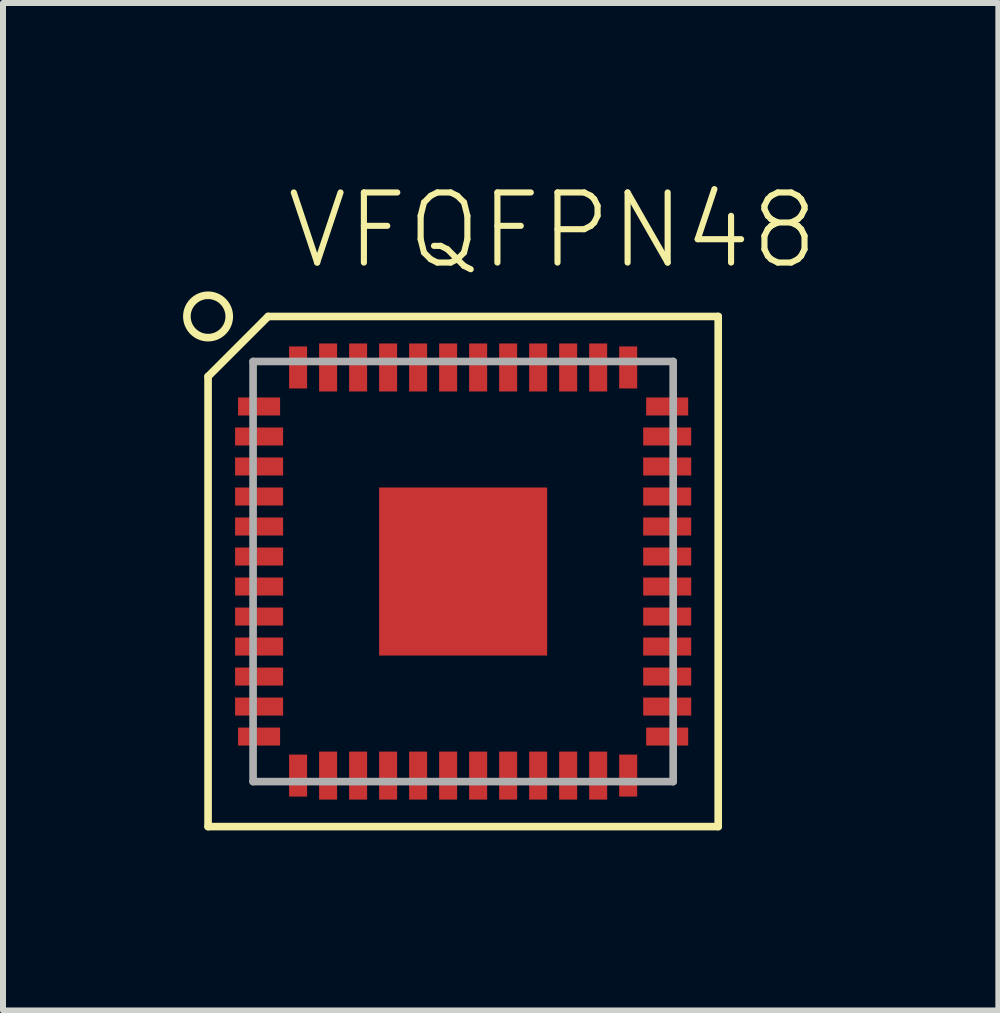
<source format=kicad_pcb>
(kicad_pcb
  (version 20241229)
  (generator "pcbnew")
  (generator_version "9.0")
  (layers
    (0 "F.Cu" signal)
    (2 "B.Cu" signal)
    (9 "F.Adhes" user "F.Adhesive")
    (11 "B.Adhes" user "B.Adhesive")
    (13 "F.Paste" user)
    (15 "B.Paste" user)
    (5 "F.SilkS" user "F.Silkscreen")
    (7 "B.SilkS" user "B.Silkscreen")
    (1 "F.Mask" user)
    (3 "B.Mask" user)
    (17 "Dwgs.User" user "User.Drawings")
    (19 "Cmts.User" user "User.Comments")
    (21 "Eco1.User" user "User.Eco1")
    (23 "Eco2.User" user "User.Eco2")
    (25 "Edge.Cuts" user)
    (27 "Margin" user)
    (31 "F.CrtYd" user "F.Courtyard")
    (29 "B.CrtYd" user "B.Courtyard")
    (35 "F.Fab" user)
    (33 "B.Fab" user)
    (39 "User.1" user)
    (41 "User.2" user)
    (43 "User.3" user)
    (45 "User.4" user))
  (footprint "VFQFPN48"
    (layer "F.Cu")
    (at 4.667 6.473)
    (property "Reference" "VFQFPN48" (at -3 -5 0) (unlocked yes) (layer "F.SilkS") (effects (font (size 1.168 1.168) (thickness 0.102)) (justify left bottom)))
    (fp_poly (pts (xy -3.85 -2.05) (xy -2.95 -2.05) (xy -2.95 -2.45) (xy -3.85 -2.45)) (stroke (width 0) (type default)) (fill yes) (layer "F.Mask"))
    (fp_poly (pts (xy -3.85 -1.55) (xy -2.95 -1.55) (xy -2.95 -1.95) (xy -3.85 -1.95)) (stroke (width 0) (type default)) (fill yes) (layer "F.Mask"))
    (fp_poly (pts (xy -3.85 -1.05) (xy -2.95 -1.05) (xy -2.95 -1.45) (xy -3.85 -1.45)) (stroke (width 0) (type default)) (fill yes) (layer "F.Mask"))
    (fp_poly (pts (xy -3.85 -0.55) (xy -2.95 -0.55) (xy -2.95 -0.95) (xy -3.85 -0.95)) (stroke (width 0) (type default)) (fill yes) (layer "F.Mask"))
    (fp_poly (pts (xy -3.85 -0.05) (xy -2.95 -0.05) (xy -2.95 -0.45) (xy -3.85 -0.45)) (stroke (width 0) (type default)) (fill yes) (layer "F.Mask"))
    (fp_poly (pts (xy -3.85 0.45) (xy -2.95 0.45) (xy -2.95 0.05) (xy -3.85 0.05)) (stroke (width 0) (type default)) (fill yes) (layer "F.Mask"))
    (fp_poly (pts (xy -3.85 0.95) (xy -2.95 0.95) (xy -2.95 0.55) (xy -3.85 0.55)) (stroke (width 0) (type default)) (fill yes) (layer "F.Mask"))
    (fp_poly (pts (xy -3.85 1.45) (xy -2.95 1.45) (xy -2.95 1.05) (xy -3.85 1.05)) (stroke (width 0) (type default)) (fill yes) (layer "F.Mask"))
    (fp_poly (pts (xy -3.85 1.95) (xy -2.95 1.95) (xy -2.95 1.55) (xy -3.85 1.55)) (stroke (width 0) (type default)) (fill yes) (layer "F.Mask"))
    (fp_poly (pts (xy -3.85 2.45) (xy -2.95 2.45) (xy -2.95 2.05) (xy -3.85 2.05)) (stroke (width 0) (type default)) (fill yes) (layer "F.Mask"))
    (fp_poly (pts (xy -3 -2.55) (xy -3 -2.95) (xy -3.8 -2.95) (xy -3.8 -2.55)) (stroke (width 0) (type default)) (fill yes) (layer "F.Mask"))
    (fp_poly (pts (xy -3 2.95) (xy -3 2.55) (xy -3.8 2.55) (xy -3.8 2.95)) (stroke (width 0) (type default)) (fill yes) (layer "F.Mask"))
    (fp_poly (pts (xy -2.95 -3) (xy -2.55 -3) (xy -2.55 -3.8) (xy -2.95 -3.8)) (stroke (width 0) (type default)) (fill yes) (layer "F.Mask"))
    (fp_poly (pts (xy -2.95 3.8) (xy -2.55 3.8) (xy -2.55 3) (xy -2.95 3)) (stroke (width 0) (type default)) (fill yes) (layer "F.Mask"))
    (fp_poly (pts (xy -2.05 -2.95) (xy -2.05 -3.85) (xy -2.45 -3.85) (xy -2.45 -2.95)) (stroke (width 0) (type default)) (fill yes) (layer "F.Mask"))
    (fp_poly (pts (xy -2.05 3.85) (xy -2.05 2.95) (xy -2.45 2.95) (xy -2.45 3.85)) (stroke (width 0) (type default)) (fill yes) (layer "F.Mask"))
    (fp_poly (pts (xy -1.55 -2.95) (xy -1.55 -3.85) (xy -1.95 -3.85) (xy -1.95 -2.95)) (stroke (width 0) (type default)) (fill yes) (layer "F.Mask"))
    (fp_poly (pts (xy -1.55 3.85) (xy -1.55 2.95) (xy -1.95 2.95) (xy -1.95 3.85)) (stroke (width 0) (type default)) (fill yes) (layer "F.Mask"))
    (fp_poly (pts (xy -1.5 1.5) (xy 1.5 1.5) (xy 1.5 -1.5) (xy -1.5 -1.5)) (stroke (width 0) (type default)) (fill yes) (layer "F.Mask"))
    (fp_poly (pts (xy -1.05 -2.95) (xy -1.05 -3.85) (xy -1.45 -3.85) (xy -1.45 -2.95)) (stroke (width 0) (type default)) (fill yes) (layer "F.Mask"))
    (fp_poly (pts (xy -1.05 3.85) (xy -1.05 2.95) (xy -1.45 2.95) (xy -1.45 3.85)) (stroke (width 0) (type default)) (fill yes) (layer "F.Mask"))
    (fp_poly (pts (xy -0.55 -2.95) (xy -0.55 -3.85) (xy -0.95 -3.85) (xy -0.95 -2.95)) (stroke (width 0) (type default)) (fill yes) (layer "F.Mask"))
    (fp_poly (pts (xy -0.55 3.85) (xy -0.55 2.95) (xy -0.95 2.95) (xy -0.95 3.85)) (stroke (width 0) (type default)) (fill yes) (layer "F.Mask"))
    (fp_poly (pts (xy -0.05 -2.95) (xy -0.05 -3.85) (xy -0.45 -3.85) (xy -0.45 -2.95)) (stroke (width 0) (type default)) (fill yes) (layer "F.Mask"))
    (fp_poly (pts (xy -0.05 3.85) (xy -0.05 2.95) (xy -0.45 2.95) (xy -0.45 3.85)) (stroke (width 0) (type default)) (fill yes) (layer "F.Mask"))
    (fp_poly (pts (xy 0.45 -2.95) (xy 0.45 -3.85) (xy 0.05 -3.85) (xy 0.05 -2.95)) (stroke (width 0) (type default)) (fill yes) (layer "F.Mask"))
    (fp_poly (pts (xy 0.45 3.85) (xy 0.45 2.95) (xy 0.05 2.95) (xy 0.05 3.85)) (stroke (width 0) (type default)) (fill yes) (layer "F.Mask"))
    (fp_poly (pts (xy 0.95 -2.95) (xy 0.95 -3.85) (xy 0.55 -3.85) (xy 0.55 -2.95)) (stroke (width 0) (type default)) (fill yes) (layer "F.Mask"))
    (fp_poly (pts (xy 0.95 3.85) (xy 0.95 2.95) (xy 0.55 2.95) (xy 0.55 3.85)) (stroke (width 0) (type default)) (fill yes) (layer "F.Mask"))
    (fp_poly (pts (xy 1.45 -2.95) (xy 1.45 -3.85) (xy 1.05 -3.85) (xy 1.05 -2.95)) (stroke (width 0) (type default)) (fill yes) (layer "F.Mask"))
    (fp_poly (pts (xy 1.45 3.85) (xy 1.45 2.95) (xy 1.05 2.95) (xy 1.05 3.85)) (stroke (width 0) (type default)) (fill yes) (layer "F.Mask"))
    (fp_poly (pts (xy 1.95 -2.95) (xy 1.95 -3.85) (xy 1.55 -3.85) (xy 1.55 -2.95)) (stroke (width 0) (type default)) (fill yes) (layer "F.Mask"))
    (fp_poly (pts (xy 1.95 3.85) (xy 1.95 2.95) (xy 1.55 2.95) (xy 1.55 3.85)) (stroke (width 0) (type default)) (fill yes) (layer "F.Mask"))
    (fp_poly (pts (xy 2.45 -2.95) (xy 2.45 -3.85) (xy 2.05 -3.85) (xy 2.05 -2.95)) (stroke (width 0) (type default)) (fill yes) (layer "F.Mask"))
    (fp_poly (pts (xy 2.45 3.85) (xy 2.45 2.95) (xy 2.05 2.95) (xy 2.05 3.85)) (stroke (width 0) (type default)) (fill yes) (layer "F.Mask"))
    (fp_poly (pts (xy 2.55 -3) (xy 2.95 -3) (xy 2.95 -3.8) (xy 2.55 -3.8)) (stroke (width 0) (type default)) (fill yes) (layer "F.Mask"))
    (fp_poly (pts (xy 2.55 3.8) (xy 2.95 3.8) (xy 2.95 3) (xy 2.55 3)) (stroke (width 0) (type default)) (fill yes) (layer "F.Mask"))
    (fp_poly (pts (xy 2.95 -2.05) (xy 3.85 -2.05) (xy 3.85 -2.45) (xy 2.95 -2.45)) (stroke (width 0) (type default)) (fill yes) (layer "F.Mask"))
    (fp_poly (pts (xy 2.95 -1.55) (xy 3.85 -1.55) (xy 3.85 -1.95) (xy 2.95 -1.95)) (stroke (width 0) (type default)) (fill yes) (layer "F.Mask"))
    (fp_poly (pts (xy 2.95 -1.05) (xy 3.85 -1.05) (xy 3.85 -1.45) (xy 2.95 -1.45)) (stroke (width 0) (type default)) (fill yes) (layer "F.Mask"))
    (fp_poly (pts (xy 2.95 -0.55) (xy 3.85 -0.55) (xy 3.85 -0.95) (xy 2.95 -0.95)) (stroke (width 0) (type default)) (fill yes) (layer "F.Mask"))
    (fp_poly (pts (xy 2.95 -0.05) (xy 3.85 -0.05) (xy 3.85 -0.45) (xy 2.95 -0.45)) (stroke (width 0) (type default)) (fill yes) (layer "F.Mask"))
    (fp_poly (pts (xy 2.95 0.45) (xy 3.85 0.45) (xy 3.85 0.05) (xy 2.95 0.05)) (stroke (width 0) (type default)) (fill yes) (layer "F.Mask"))
    (fp_poly (pts (xy 2.95 0.95) (xy 3.85 0.95) (xy 3.85 0.55) (xy 2.95 0.55)) (stroke (width 0) (type default)) (fill yes) (layer "F.Mask"))
    (fp_poly (pts (xy 2.95 1.45) (xy 3.85 1.45) (xy 3.85 1.05) (xy 2.95 1.05)) (stroke (width 0) (type default)) (fill yes) (layer "F.Mask"))
    (fp_poly (pts (xy 2.95 1.95) (xy 3.85 1.95) (xy 3.85 1.55) (xy 2.95 1.55)) (stroke (width 0) (type default)) (fill yes) (layer "F.Mask"))
    (fp_poly (pts (xy 2.95 2.45) (xy 3.85 2.45) (xy 3.85 2.05) (xy 2.95 2.05)) (stroke (width 0) (type default)) (fill yes) (layer "F.Mask"))
    (fp_poly (pts (xy 3.8 -2.55) (xy 3.8 -2.95) (xy 3 -2.95) (xy 3 -2.55)) (stroke (width 0) (type default)) (fill yes) (layer "F.Mask"))
    (fp_poly (pts (xy 3.8 2.95) (xy 3.8 2.55) (xy 3 2.55) (xy 3 2.95)) (stroke (width 0) (type default)) (fill yes) (layer "F.Mask"))
    (fp_line (start -4.25 -3.25) (end -3.25 -4.25) (stroke (width 0.127) (type solid)) (layer "F.SilkS"))
    (fp_line (start -4.25 4.25) (end -4.25 -3.25) (stroke (width 0.127) (type solid)) (layer "F.SilkS"))
    (fp_line (start -3.25 -4.25) (end 4.25 -4.25) (stroke (width 0.127) (type solid)) (layer "F.SilkS"))
    (fp_line (start 4.25 -4.25) (end 4.25 4.25) (stroke (width 0.127) (type solid)) (layer "F.SilkS"))
    (fp_line (start 4.25 4.25) (end -4.25 4.25) (stroke (width 0.127) (type solid)) (layer "F.SilkS"))
    (fp_circle (center -4.25 -4.25) (end -3.897 -4.25) (stroke (width 0.127) (type solid)) (fill no) (layer "F.SilkS"))
    (fp_poly (pts (xy -3.775 -2.125) (xy -3.025 -2.125) (xy -3.025 -2.375) (xy -3.775 -2.375)) (stroke (width 0) (type default)) (fill yes) (layer "F.Paste"))
    (fp_poly (pts (xy -3.775 -1.625) (xy -3.025 -1.625) (xy -3.025 -1.875) (xy -3.775 -1.875)) (stroke (width 0) (type default)) (fill yes) (layer "F.Paste"))
    (fp_poly (pts (xy -3.775 -1.125) (xy -3.025 -1.125) (xy -3.025 -1.375) (xy -3.775 -1.375)) (stroke (width 0) (type default)) (fill yes) (layer "F.Paste"))
    (fp_poly (pts (xy -3.775 -0.625) (xy -3.025 -0.625) (xy -3.025 -0.875) (xy -3.775 -0.875)) (stroke (width 0) (type default)) (fill yes) (layer "F.Paste"))
    (fp_poly (pts (xy -3.775 -0.125) (xy -3.025 -0.125) (xy -3.025 -0.375) (xy -3.775 -0.375)) (stroke (width 0) (type default)) (fill yes) (layer "F.Paste"))
    (fp_poly (pts (xy -3.775 0.375) (xy -3.025 0.375) (xy -3.025 0.125) (xy -3.775 0.125)) (stroke (width 0) (type default)) (fill yes) (layer "F.Paste"))
    (fp_poly (pts (xy -3.775 0.875) (xy -3.025 0.875) (xy -3.025 0.625) (xy -3.775 0.625)) (stroke (width 0) (type default)) (fill yes) (layer "F.Paste"))
    (fp_poly (pts (xy -3.775 1.375) (xy -3.025 1.375) (xy -3.025 1.125) (xy -3.775 1.125)) (stroke (width 0) (type default)) (fill yes) (layer "F.Paste"))
    (fp_poly (pts (xy -3.775 1.875) (xy -3.025 1.875) (xy -3.025 1.625) (xy -3.775 1.625)) (stroke (width 0) (type default)) (fill yes) (layer "F.Paste"))
    (fp_poly (pts (xy -3.775 2.375) (xy -3.025 2.375) (xy -3.025 2.125) (xy -3.775 2.125)) (stroke (width 0) (type default)) (fill yes) (layer "F.Paste"))
    (fp_poly (pts (xy -3.075 -2.625) (xy -3.075 -2.875) (xy -3.725 -2.875) (xy -3.725 -2.625)) (stroke (width 0) (type default)) (fill yes) (layer "F.Paste"))
    (fp_poly (pts (xy -3.075 2.875) (xy -3.075 2.625) (xy -3.725 2.625) (xy -3.725 2.875)) (stroke (width 0) (type default)) (fill yes) (layer "F.Paste"))
    (fp_poly (pts (xy -2.875 -3.075) (xy -2.625 -3.075) (xy -2.625 -3.725) (xy -2.875 -3.725)) (stroke (width 0) (type default)) (fill yes) (layer "F.Paste"))
    (fp_poly (pts (xy -2.875 3.725) (xy -2.625 3.725) (xy -2.625 3.075) (xy -2.875 3.075)) (stroke (width 0) (type default)) (fill yes) (layer "F.Paste"))
    (fp_poly (pts (xy -2.125 -3.025) (xy -2.125 -3.775) (xy -2.375 -3.775) (xy -2.375 -3.025)) (stroke (width 0) (type default)) (fill yes) (layer "F.Paste"))
    (fp_poly (pts (xy -2.125 3.775) (xy -2.125 3.025) (xy -2.375 3.025) (xy -2.375 3.775)) (stroke (width 0) (type default)) (fill yes) (layer "F.Paste"))
    (fp_poly (pts (xy -1.625 -3.025) (xy -1.625 -3.775) (xy -1.875 -3.775) (xy -1.875 -3.025)) (stroke (width 0) (type default)) (fill yes) (layer "F.Paste"))
    (fp_poly (pts (xy -1.625 3.775) (xy -1.625 3.025) (xy -1.875 3.025) (xy -1.875 3.775)) (stroke (width 0) (type default)) (fill yes) (layer "F.Paste"))
    (fp_poly (pts (xy -1.2 -0.2) (xy -0.2 -0.2) (xy -0.2 -1.2) (xy -1.2 -1.2)) (stroke (width 0) (type default)) (fill yes) (layer "F.Paste"))
    (fp_poly (pts (xy -1.2 1.2) (xy -0.2 1.2) (xy -0.2 0.2) (xy -1.2 0.2)) (stroke (width 0) (type default)) (fill yes) (layer "F.Paste"))
    (fp_poly (pts (xy -1.125 -3.025) (xy -1.125 -3.775) (xy -1.375 -3.775) (xy -1.375 -3.025)) (stroke (width 0) (type default)) (fill yes) (layer "F.Paste"))
    (fp_poly (pts (xy -1.125 3.775) (xy -1.125 3.025) (xy -1.375 3.025) (xy -1.375 3.775)) (stroke (width 0) (type default)) (fill yes) (layer "F.Paste"))
    (fp_poly (pts (xy -0.625 -3.025) (xy -0.625 -3.775) (xy -0.875 -3.775) (xy -0.875 -3.025)) (stroke (width 0) (type default)) (fill yes) (layer "F.Paste"))
    (fp_poly (pts (xy -0.625 3.775) (xy -0.625 3.025) (xy -0.875 3.025) (xy -0.875 3.775)) (stroke (width 0) (type default)) (fill yes) (layer "F.Paste"))
    (fp_poly (pts (xy -0.125 -3.025) (xy -0.125 -3.775) (xy -0.375 -3.775) (xy -0.375 -3.025)) (stroke (width 0) (type default)) (fill yes) (layer "F.Paste"))
    (fp_poly (pts (xy -0.125 3.775) (xy -0.125 3.025) (xy -0.375 3.025) (xy -0.375 3.775)) (stroke (width 0) (type default)) (fill yes) (layer "F.Paste"))
    (fp_poly (pts (xy 0.2 -0.2) (xy 1.2 -0.2) (xy 1.2 -1.2) (xy 0.2 -1.2)) (stroke (width 0) (type default)) (fill yes) (layer "F.Paste"))
    (fp_poly (pts (xy 0.2 1.2) (xy 1.2 1.2) (xy 1.2 0.2) (xy 0.2 0.2)) (stroke (width 0) (type default)) (fill yes) (layer "F.Paste"))
    (fp_poly (pts (xy 0.375 -3.025) (xy 0.375 -3.775) (xy 0.125 -3.775) (xy 0.125 -3.025)) (stroke (width 0) (type default)) (fill yes) (layer "F.Paste"))
    (fp_poly (pts (xy 0.375 3.775) (xy 0.375 3.025) (xy 0.125 3.025) (xy 0.125 3.775)) (stroke (width 0) (type default)) (fill yes) (layer "F.Paste"))
    (fp_poly (pts (xy 0.875 -3.025) (xy 0.875 -3.775) (xy 0.625 -3.775) (xy 0.625 -3.025)) (stroke (width 0) (type default)) (fill yes) (layer "F.Paste"))
    (fp_poly (pts (xy 0.875 3.775) (xy 0.875 3.025) (xy 0.625 3.025) (xy 0.625 3.775)) (stroke (width 0) (type default)) (fill yes) (layer "F.Paste"))
    (fp_poly (pts (xy 1.375 -3.025) (xy 1.375 -3.775) (xy 1.125 -3.775) (xy 1.125 -3.025)) (stroke (width 0) (type default)) (fill yes) (layer "F.Paste"))
    (fp_poly (pts (xy 1.375 3.775) (xy 1.375 3.025) (xy 1.125 3.025) (xy 1.125 3.775)) (stroke (width 0) (type default)) (fill yes) (layer "F.Paste"))
    (fp_poly (pts (xy 1.875 -3.025) (xy 1.875 -3.775) (xy 1.625 -3.775) (xy 1.625 -3.025)) (stroke (width 0) (type default)) (fill yes) (layer "F.Paste"))
    (fp_poly (pts (xy 1.875 3.775) (xy 1.875 3.025) (xy 1.625 3.025) (xy 1.625 3.775)) (stroke (width 0) (type default)) (fill yes) (layer "F.Paste"))
    (fp_poly (pts (xy 2.375 -3.025) (xy 2.375 -3.775) (xy 2.125 -3.775) (xy 2.125 -3.025)) (stroke (width 0) (type default)) (fill yes) (layer "F.Paste"))
    (fp_poly (pts (xy 2.375 3.775) (xy 2.375 3.025) (xy 2.125 3.025) (xy 2.125 3.775)) (stroke (width 0) (type default)) (fill yes) (layer "F.Paste"))
    (fp_poly (pts (xy 2.625 -3.075) (xy 2.875 -3.075) (xy 2.875 -3.725) (xy 2.625 -3.725)) (stroke (width 0) (type default)) (fill yes) (layer "F.Paste"))
    (fp_poly (pts (xy 2.625 3.725) (xy 2.875 3.725) (xy 2.875 3.075) (xy 2.625 3.075)) (stroke (width 0) (type default)) (fill yes) (layer "F.Paste"))
    (fp_poly (pts (xy 3.025 -2.125) (xy 3.775 -2.125) (xy 3.775 -2.375) (xy 3.025 -2.375)) (stroke (width 0) (type default)) (fill yes) (layer "F.Paste"))
    (fp_poly (pts (xy 3.025 -1.625) (xy 3.775 -1.625) (xy 3.775 -1.875) (xy 3.025 -1.875)) (stroke (width 0) (type default)) (fill yes) (layer "F.Paste"))
    (fp_poly (pts (xy 3.025 -1.125) (xy 3.775 -1.125) (xy 3.775 -1.375) (xy 3.025 -1.375)) (stroke (width 0) (type default)) (fill yes) (layer "F.Paste"))
    (fp_poly (pts (xy 3.025 -0.625) (xy 3.775 -0.625) (xy 3.775 -0.875) (xy 3.025 -0.875)) (stroke (width 0) (type default)) (fill yes) (layer "F.Paste"))
    (fp_poly (pts (xy 3.025 -0.125) (xy 3.775 -0.125) (xy 3.775 -0.375) (xy 3.025 -0.375)) (stroke (width 0) (type default)) (fill yes) (layer "F.Paste"))
    (fp_poly (pts (xy 3.025 0.375) (xy 3.775 0.375) (xy 3.775 0.125) (xy 3.025 0.125)) (stroke (width 0) (type default)) (fill yes) (layer "F.Paste"))
    (fp_poly (pts (xy 3.025 0.875) (xy 3.775 0.875) (xy 3.775 0.625) (xy 3.025 0.625)) (stroke (width 0) (type default)) (fill yes) (layer "F.Paste"))
    (fp_poly (pts (xy 3.025 1.375) (xy 3.775 1.375) (xy 3.775 1.125) (xy 3.025 1.125)) (stroke (width 0) (type default)) (fill yes) (layer "F.Paste"))
    (fp_poly (pts (xy 3.025 1.875) (xy 3.775 1.875) (xy 3.775 1.625) (xy 3.025 1.625)) (stroke (width 0) (type default)) (fill yes) (layer "F.Paste"))
    (fp_poly (pts (xy 3.025 2.375) (xy 3.775 2.375) (xy 3.775 2.125) (xy 3.025 2.125)) (stroke (width 0) (type default)) (fill yes) (layer "F.Paste"))
    (fp_poly (pts (xy 3.725 -2.625) (xy 3.725 -2.875) (xy 3.075 -2.875) (xy 3.075 -2.625)) (stroke (width 0) (type default)) (fill yes) (layer "F.Paste"))
    (fp_poly (pts (xy 3.725 2.875) (xy 3.725 2.625) (xy 3.075 2.625) (xy 3.075 2.875)) (stroke (width 0) (type default)) (fill yes) (layer "F.Paste"))
    (fp_line (start -3.5 -3.5) (end 3.5 -3.5) (stroke (width 0.127) (type solid)) (layer "F.Fab"))
    (fp_line (start -3.5 3.5) (end -3.5 -3.5) (stroke (width 0.127) (type solid)) (layer "F.Fab"))
    (fp_line (start 3.5 -3.5) (end 3.5 3.5) (stroke (width 0.127) (type solid)) (layer "F.Fab"))
    (fp_line (start 3.5 3.5) (end -3.5 3.5) (stroke (width 0.127) (type solid)) (layer "F.Fab"))
    (pad "1" smd rect (at -3.4 -2.75) (size 0.7 0.3) (layers "F.Cu"))
    (pad "2" smd rect (at -3.4 -2.25) (size 0.8 0.3) (layers "F.Cu"))
    (pad "3" smd rect (at -3.4 -1.75) (size 0.8 0.3) (layers "F.Cu"))
    (pad "4" smd rect (at -3.4 -1.25) (size 0.8 0.3) (layers "F.Cu"))
    (pad "5" smd rect (at -3.4 -0.75) (size 0.8 0.3) (layers "F.Cu"))
    (pad "6" smd rect (at -3.4 -0.25) (size 0.8 0.3) (layers "F.Cu"))
    (pad "7" smd rect (at -3.4 0.25) (size 0.8 0.3) (layers "F.Cu"))
    (pad "8" smd rect (at -3.4 0.75) (size 0.8 0.3) (layers "F.Cu"))
    (pad "9" smd rect (at -3.4 1.25) (size 0.8 0.3) (layers "F.Cu"))
    (pad "10" smd rect (at -3.4 1.75) (size 0.8 0.3) (layers "F.Cu"))
    (pad "11" smd rect (at -3.4 2.25) (size 0.8 0.3) (layers "F.Cu"))
    (pad "12" smd rect (at -3.4 2.75) (size 0.7 0.3) (layers "F.Cu"))
    (pad "13" smd rect (at -2.75 3.4 90) (size 0.7 0.3) (layers "F.Cu"))
    (pad "14" smd rect (at -2.25 3.4 90) (size 0.8 0.3) (layers "F.Cu"))
    (pad "15" smd rect (at -1.75 3.4 90) (size 0.8 0.3) (layers "F.Cu"))
    (pad "16" smd rect (at -1.25 3.4 90) (size 0.8 0.3) (layers "F.Cu"))
    (pad "17" smd rect (at -0.75 3.4 90) (size 0.8 0.3) (layers "F.Cu"))
    (pad "18" smd rect (at -0.25 3.4 90) (size 0.8 0.3) (layers "F.Cu"))
    (pad "19" smd rect (at 0.25 3.4 90) (size 0.8 0.3) (layers "F.Cu"))
    (pad "20" smd rect (at 0.75 3.4 90) (size 0.8 0.3) (layers "F.Cu"))
    (pad "21" smd rect (at 1.25 3.4 90) (size 0.8 0.3) (layers "F.Cu"))
    (pad "22" smd rect (at 1.75 3.4 90) (size 0.8 0.3) (layers "F.Cu"))
    (pad "23" smd rect (at 2.25 3.4 90) (size 0.8 0.3) (layers "F.Cu"))
    (pad "24" smd rect (at 2.75 3.4 90) (size 0.7 0.3) (layers "F.Cu"))
    (pad "25" smd rect (at 3.4 2.75) (size 0.7 0.3) (layers "F.Cu"))
    (pad "26" smd rect (at 3.4 2.25) (size 0.8 0.3) (layers "F.Cu"))
    (pad "27" smd rect (at 3.4 1.75) (size 0.8 0.3) (layers "F.Cu"))
    (pad "28" smd rect (at 3.4 1.25) (size 0.8 0.3) (layers "F.Cu"))
    (pad "29" smd rect (at 3.4 0.75) (size 0.8 0.3) (layers "F.Cu"))
    (pad "30" smd rect (at 3.4 0.25) (size 0.8 0.3) (layers "F.Cu"))
    (pad "31" smd rect (at 3.4 -0.25) (size 0.8 0.3) (layers "F.Cu"))
    (pad "32" smd rect (at 3.4 -0.75) (size 0.8 0.3) (layers "F.Cu"))
    (pad "33" smd rect (at 3.4 -1.25) (size 0.8 0.3) (layers "F.Cu"))
    (pad "34" smd rect (at 3.4 -1.75) (size 0.8 0.3) (layers "F.Cu"))
    (pad "35" smd rect (at 3.4 -2.25) (size 0.8 0.3) (layers "F.Cu"))
    (pad "36" smd rect (at 3.4 -2.75) (size 0.7 0.3) (layers "F.Cu"))
    (pad "37" smd rect (at 2.75 -3.4 90) (size 0.7 0.3) (layers "F.Cu"))
    (pad "38" smd rect (at 2.25 -3.4 90) (size 0.8 0.3) (layers "F.Cu"))
    (pad "39" smd rect (at 1.75 -3.4 90) (size 0.8 0.3) (layers "F.Cu"))
    (pad "40" smd rect (at 1.25 -3.4 90) (size 0.8 0.3) (layers "F.Cu"))
    (pad "41" smd rect (at 0.75 -3.4 90) (size 0.8 0.3) (layers "F.Cu"))
    (pad "42" smd rect (at 0.25 -3.4 90) (size 0.8 0.3) (layers "F.Cu"))
    (pad "43" smd rect (at -0.25 -3.4 90) (size 0.8 0.3) (layers "F.Cu"))
    (pad "44" smd rect (at -0.75 -3.4 90) (size 0.8 0.3) (layers "F.Cu"))
    (pad "45" smd rect (at -1.25 -3.4 90) (size 0.8 0.3) (layers "F.Cu"))
    (pad "46" smd rect (at -1.75 -3.4 90) (size 0.8 0.3) (layers "F.Cu"))
    (pad "47" smd rect (at -2.25 -3.4 90) (size 0.8 0.3) (layers "F.Cu"))
    (pad "48" smd rect (at -2.75 -3.4 90) (size 0.7 0.3) (layers "F.Cu"))
    (pad "PAD" smd rect (at 0 0) (size 2.8 2.8) (layers "F.Cu")))
  (gr_rect
    (start -3 -3)
    (end 13.585 13.787)
    (stroke (width 0.1) (type default))
    (fill no)
    (layer "Edge.Cuts")))
</source>
